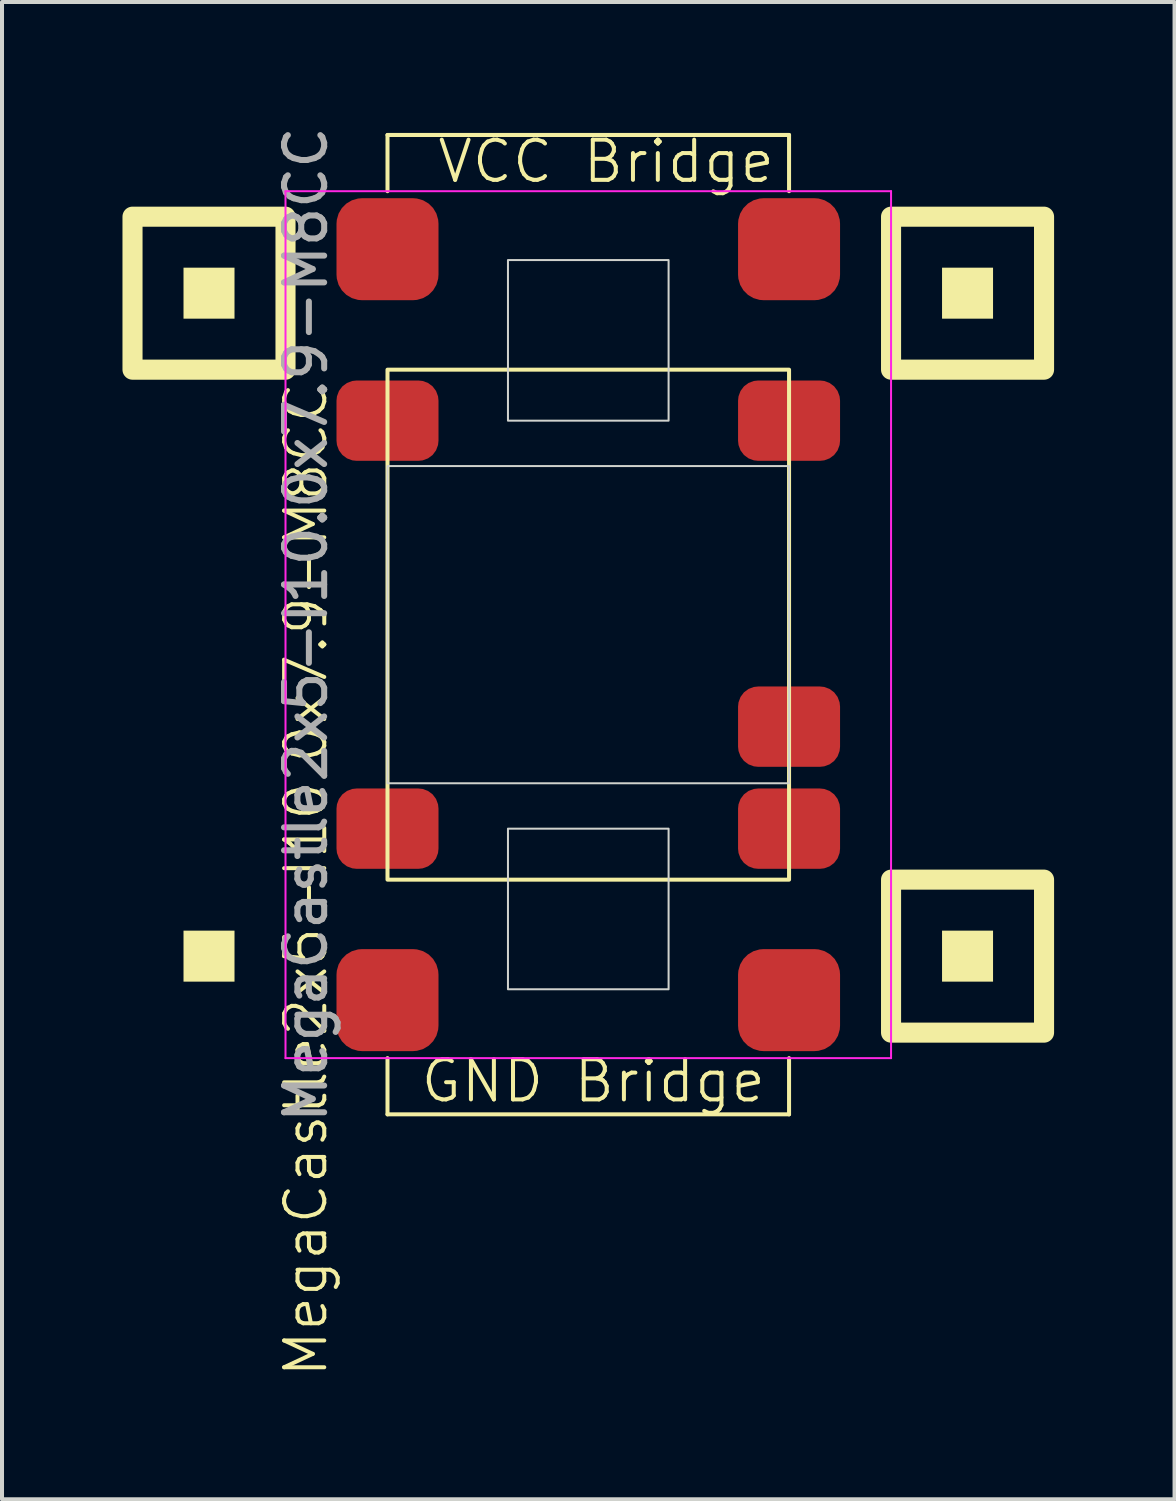
<source format=kicad_pcb>
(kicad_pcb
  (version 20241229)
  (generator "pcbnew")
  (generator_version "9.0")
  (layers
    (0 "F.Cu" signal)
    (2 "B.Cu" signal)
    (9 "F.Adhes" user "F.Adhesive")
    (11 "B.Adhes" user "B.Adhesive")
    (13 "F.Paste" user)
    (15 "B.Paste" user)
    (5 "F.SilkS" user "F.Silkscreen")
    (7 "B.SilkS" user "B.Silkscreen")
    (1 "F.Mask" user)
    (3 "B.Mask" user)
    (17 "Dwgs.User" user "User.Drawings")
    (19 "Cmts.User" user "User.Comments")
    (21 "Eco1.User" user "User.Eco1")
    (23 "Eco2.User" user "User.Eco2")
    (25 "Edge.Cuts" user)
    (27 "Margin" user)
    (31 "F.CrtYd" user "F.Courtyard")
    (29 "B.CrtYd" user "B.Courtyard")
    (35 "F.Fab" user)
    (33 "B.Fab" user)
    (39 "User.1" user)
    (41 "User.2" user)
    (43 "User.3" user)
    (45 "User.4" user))
  (footprint "MegaCastle2x5-I10.0x7.9-M8CC"
    (layer "F.Cu")
    (at 11.6 12.506)
    (property "Reference" "MegaCastle2x5-I10.0x7.9-M8CC" (at -7.032 6.35 90) (unlocked yes) (layer "F.SilkS") (effects (font (size 1 1) (thickness 0.1))))
    (attr smd)
    (fp_line (start -5 -12.195) (end 5 -12.195) (stroke (width 0.1) (type default)) (layer "F.SilkS"))
    (fp_line (start -5 -10.795) (end -5 -12.195) (stroke (width 0.1) (type default)) (layer "F.SilkS"))
    (fp_line (start -5 10.795) (end -5 12.195) (stroke (width 0.1) (type default)) (layer "F.SilkS"))
    (fp_line (start -5 12.195) (end 5 12.195) (stroke (width 0.1) (type default)) (layer "F.SilkS"))
    (fp_line (start 5 -10.795) (end 5 -12.195) (stroke (width 0.1) (type default)) (layer "F.SilkS"))
    (fp_line (start 5 10.795) (end 5 12.195) (stroke (width 0.1) (type default)) (layer "F.SilkS"))
    (fp_rect (start -8.81 -7.62) (end -10.08 -8.89) (stroke (width 0) (type solid)) (fill yes) (layer "F.SilkS"))
    (fp_rect (start -8.81 8.89) (end -10.08 7.62) (stroke (width 0) (type solid)) (fill yes) (layer "F.SilkS"))
    (fp_rect (start -7.54 -6.35) (end -11.35 -10.16) (stroke (width 0.5) (type default)) (fill no) (layer "F.SilkS"))
    (fp_rect (start -5 -6.35) (end 5 6.35) (stroke (width 0.1) (type default)) (fill no) (layer "F.SilkS"))
    (fp_rect (start 10.08 -7.62) (end 8.81 -8.89) (stroke (width 0) (type solid)) (fill yes) (layer "F.SilkS"))
    (fp_rect (start 10.08 8.89) (end 8.81 7.62) (stroke (width 0) (type solid)) (fill yes) (layer "F.SilkS"))
    (fp_rect (start 11.35 -6.35) (end 7.54 -10.16) (stroke (width 0.5) (type default)) (fill no) (layer "F.SilkS"))
    (fp_rect (start 11.35 10.16) (end 7.54 6.35) (stroke (width 0.5) (type default)) (fill no) (layer "F.SilkS"))
    (fp_rect (start -5 -3.95) (end 5 3.95) (stroke (width 0.05) (type default)) (fill no) (layer "Edge.Cuts"))
    (fp_rect (start -2 -5.08) (end 2 -9.08) (stroke (width 0.05) (type default)) (fill no) (layer "Edge.Cuts"))
    (fp_rect (start -2 5.08) (end 2 9.08) (stroke (width 0.05) (type default)) (fill no) (layer "Edge.Cuts"))
    (fp_line (start -7.54 -10.795) (end -7.54 10.795) (stroke (width 0.05) (type default)) (layer "F.CrtYd"))
    (fp_line (start -7.54 10.795) (end 7.54 10.795) (stroke (width 0.05) (type default)) (layer "F.CrtYd"))
    (fp_line (start 7.54 -10.795) (end -7.54 -10.795) (stroke (width 0.05) (type default)) (layer "F.CrtYd"))
    (fp_line (start 7.54 -10.795) (end 7.54 10.795) (stroke (width 0.05) (type default)) (layer "F.CrtYd"))
    (fp_text user "GND Bridge" (at -4.226 11.95 0) (unlocked yes) (layer "F.SilkS") (effects (font (size 1 1) (thickness 0.1)) (justify left bottom)))
    (fp_text user "VCC Bridge" (at -3.81 -10.95 0) (unlocked yes) (layer "F.SilkS") (effects (font (size 1 1) (thickness 0.1)) (justify left bottom)))
    (fp_text user "${REFERENCE}" (at -7.032 0 90) (unlocked yes) (layer "F.Fab") (effects (font (size 1 1) (thickness 0.15))))
    (pad "1" smd roundrect (at -5 -5.08) (size 2.54 2) (layers "F.Cu" "F.Mask" "F.Paste") (roundrect_rratio 0.25))
    (pad "5" smd roundrect (at -5 5.08) (size 2.54 2) (layers "F.Cu" "F.Mask" "F.Paste") (roundrect_rratio 0.25))
    (pad "6" smd roundrect (at 5 -5.08) (size 2.54 2) (layers "F.Cu" "F.Mask" "F.Paste") (roundrect_rratio 0.25))
    (pad "9" smd roundrect (at 5 2.54) (size 2.54 2) (layers "F.Cu" "F.Mask" "F.Paste") (roundrect_rratio 0.25))
    (pad "10" smd roundrect (at 5 5.08) (size 2.54 2) (layers "F.Cu" "F.Mask" "F.Paste") (roundrect_rratio 0.25))
    (pad "A1" smd roundrect (at -5 -9.35) (size 2.54 2.54) (layers "F.Cu" "F.Mask" "F.Paste") (roundrect_rratio 0.25))
    (pad "A2" smd roundrect (at 5 -9.35) (size 2.54 2.54) (layers "F.Cu" "F.Mask" "F.Paste") (roundrect_rratio 0.25))
    (pad "B1" smd roundrect (at -5 9.35) (size 2.54 2.54) (layers "F.Cu" "F.Mask" "F.Paste") (roundrect_rratio 0.25))
    (pad "B2" smd roundrect (at 5 9.35) (size 2.54 2.54) (layers "F.Cu" "F.Mask" "F.Paste") (roundrect_rratio 0.25)))
  (gr_rect
    (start -3 -3)
    (end 26.2 34.287)
    (stroke (width 0.1) (type default))
    (fill no)
    (layer "Edge.Cuts")))
</source>
